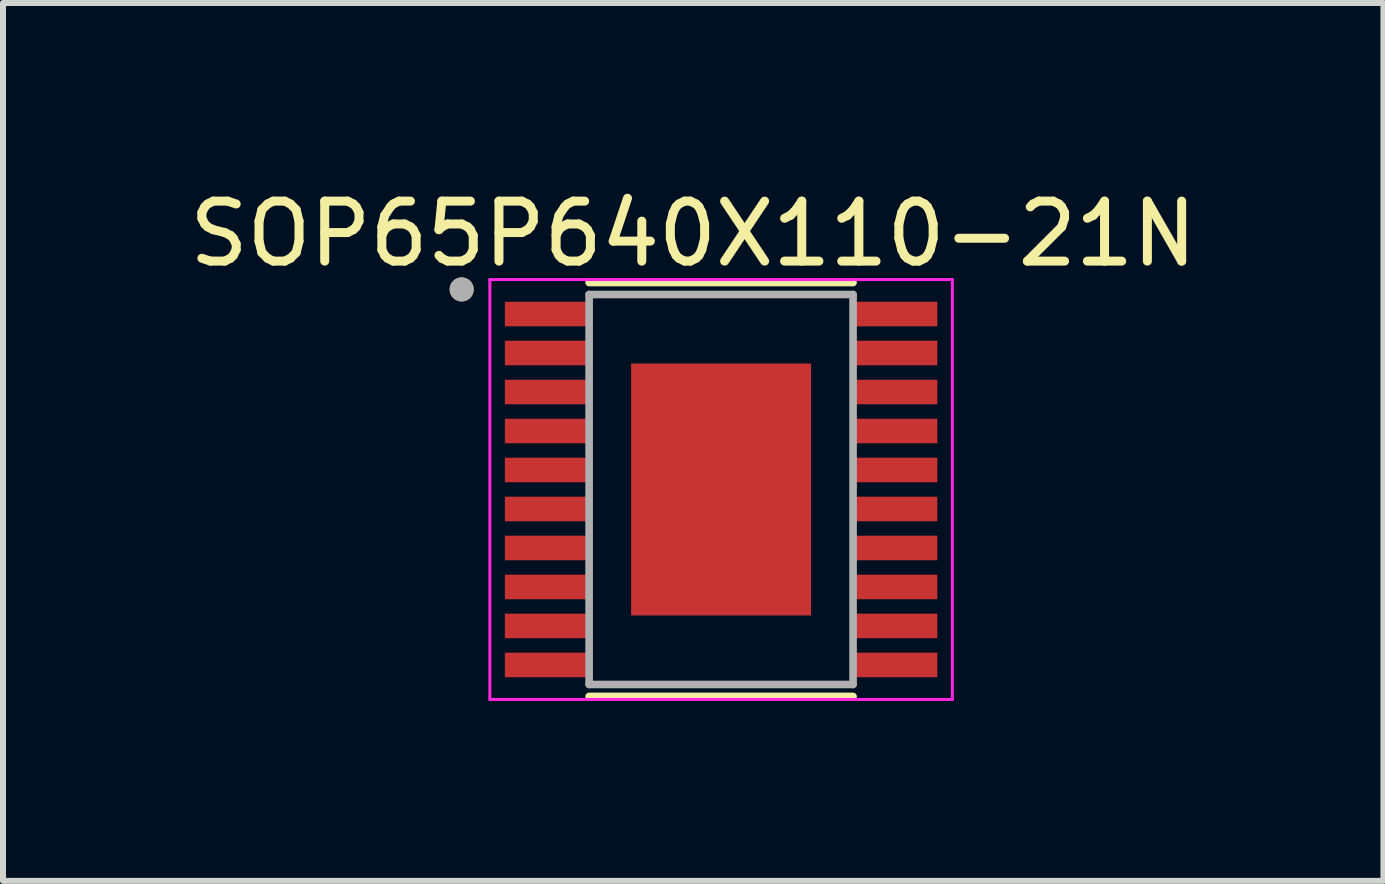
<source format=kicad_pcb>
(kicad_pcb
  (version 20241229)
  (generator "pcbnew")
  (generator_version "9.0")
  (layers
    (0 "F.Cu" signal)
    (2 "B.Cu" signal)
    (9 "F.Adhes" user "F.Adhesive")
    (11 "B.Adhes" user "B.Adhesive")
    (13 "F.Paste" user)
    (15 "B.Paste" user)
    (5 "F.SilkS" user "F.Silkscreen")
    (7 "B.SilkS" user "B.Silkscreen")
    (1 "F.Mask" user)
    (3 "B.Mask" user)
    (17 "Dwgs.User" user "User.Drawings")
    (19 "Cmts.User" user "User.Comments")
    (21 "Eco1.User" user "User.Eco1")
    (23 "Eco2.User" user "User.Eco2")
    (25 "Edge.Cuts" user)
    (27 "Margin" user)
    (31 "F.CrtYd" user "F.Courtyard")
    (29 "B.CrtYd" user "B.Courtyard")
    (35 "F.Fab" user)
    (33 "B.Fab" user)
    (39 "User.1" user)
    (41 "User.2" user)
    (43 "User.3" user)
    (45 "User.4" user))
  (footprint "SOP65P640X110-21N"
    (layer "F.Cu")
    (at 8.971 5.11)
    (property "Reference" "SOP65P640X110-21N" (at -0.465 -4.262 0) (layer "F.SilkS") (effects (font (size 1 1) (thickness 0.15))))
    (attr through_hole)
    (fp_line (start -2.2 -3.45) (end 2.2 -3.45) (stroke (width 0.127) (type solid)) (layer "F.SilkS"))
    (fp_line (start -2.2 3.45) (end 2.2 3.45) (stroke (width 0.127) (type solid)) (layer "F.SilkS"))
    (fp_circle (center -4.325 -3.335) (end -4.225 -3.335) (stroke (width 0.2) (type solid)) (fill no) (layer "F.SilkS"))
    (fp_poly (pts (xy -0.75 -1.05) (xy 0.75 -1.05) (xy 0.75 1.05) (xy -0.75 1.05)) (stroke (width 0.01) (type solid)) (fill yes) (layer "F.Paste"))
    (fp_line (start -3.855 -3.5) (end -3.855 3.5) (stroke (width 0.05) (type solid)) (layer "F.CrtYd"))
    (fp_line (start -3.855 -3.5) (end 3.855 -3.5) (stroke (width 0.05) (type solid)) (layer "F.CrtYd"))
    (fp_line (start -3.855 3.5) (end 3.855 3.5) (stroke (width 0.05) (type solid)) (layer "F.CrtYd"))
    (fp_line (start 3.855 -3.5) (end 3.855 3.5) (stroke (width 0.05) (type solid)) (layer "F.CrtYd"))
    (fp_line (start -2.2 -3.25) (end -2.2 3.25) (stroke (width 0.127) (type solid)) (layer "F.Fab"))
    (fp_line (start -2.2 -3.25) (end 2.2 -3.25) (stroke (width 0.127) (type solid)) (layer "F.Fab"))
    (fp_line (start -2.2 3.25) (end 2.2 3.25) (stroke (width 0.127) (type solid)) (layer "F.Fab"))
    (fp_line (start 2.2 -3.25) (end 2.2 3.25) (stroke (width 0.127) (type solid)) (layer "F.Fab"))
    (fp_circle (center -4.325 -3.335) (end -4.225 -3.335) (stroke (width 0.2) (type solid)) (fill no) (layer "F.Fab"))
    (pad "1" smd rect (at -2.885 -2.925) (size 1.44 0.41) (layers "F.Cu" "F.Mask" "F.Paste"))
    (pad "2" smd rect (at -2.885 -2.275) (size 1.44 0.41) (layers "F.Cu" "F.Mask" "F.Paste"))
    (pad "3" smd rect (at -2.885 -1.625) (size 1.44 0.41) (layers "F.Cu" "F.Mask" "F.Paste"))
    (pad "4" smd rect (at -2.885 -0.975) (size 1.44 0.41) (layers "F.Cu" "F.Mask" "F.Paste"))
    (pad "5" smd rect (at -2.885 -0.325) (size 1.44 0.41) (layers "F.Cu" "F.Mask" "F.Paste"))
    (pad "6" smd rect (at -2.885 0.325) (size 1.44 0.41) (layers "F.Cu" "F.Mask" "F.Paste"))
    (pad "7" smd rect (at -2.885 0.975) (size 1.44 0.41) (layers "F.Cu" "F.Mask" "F.Paste"))
    (pad "8" smd rect (at -2.885 1.625) (size 1.44 0.41) (layers "F.Cu" "F.Mask" "F.Paste"))
    (pad "9" smd rect (at -2.885 2.275) (size 1.44 0.41) (layers "F.Cu" "F.Mask" "F.Paste"))
    (pad "10" smd rect (at -2.885 2.925) (size 1.44 0.41) (layers "F.Cu" "F.Mask" "F.Paste"))
    (pad "11" smd rect (at 2.885 2.925) (size 1.44 0.41) (layers "F.Cu" "F.Mask" "F.Paste"))
    (pad "12" smd rect (at 2.885 2.275) (size 1.44 0.41) (layers "F.Cu" "F.Mask" "F.Paste"))
    (pad "13" smd rect (at 2.885 1.625) (size 1.44 0.41) (layers "F.Cu" "F.Mask" "F.Paste"))
    (pad "14" smd rect (at 2.885 0.975) (size 1.44 0.41) (layers "F.Cu" "F.Mask" "F.Paste"))
    (pad "15" smd rect (at 2.885 0.325) (size 1.44 0.41) (layers "F.Cu" "F.Mask" "F.Paste"))
    (pad "16" smd rect (at 2.885 -0.325) (size 1.44 0.41) (layers "F.Cu" "F.Mask" "F.Paste"))
    (pad "17" smd rect (at 2.885 -0.975) (size 1.44 0.41) (layers "F.Cu" "F.Mask" "F.Paste"))
    (pad "18" smd rect (at 2.885 -1.625) (size 1.44 0.41) (layers "F.Cu" "F.Mask" "F.Paste"))
    (pad "19" smd rect (at 2.885 -2.275) (size 1.44 0.41) (layers "F.Cu" "F.Mask" "F.Paste"))
    (pad "20" smd rect (at 2.885 -2.925) (size 1.44 0.41) (layers "F.Cu" "F.Mask" "F.Paste"))
    (pad "21" smd rect (at 0 0) (size 3 4.2) (layers "F.Cu" "F.Mask")))
  (gr_rect
    (start -3 -3)
    (end 20.012 11.635)
    (stroke (width 0.1) (type default))
    (fill no)
    (layer "Edge.Cuts")))
</source>
